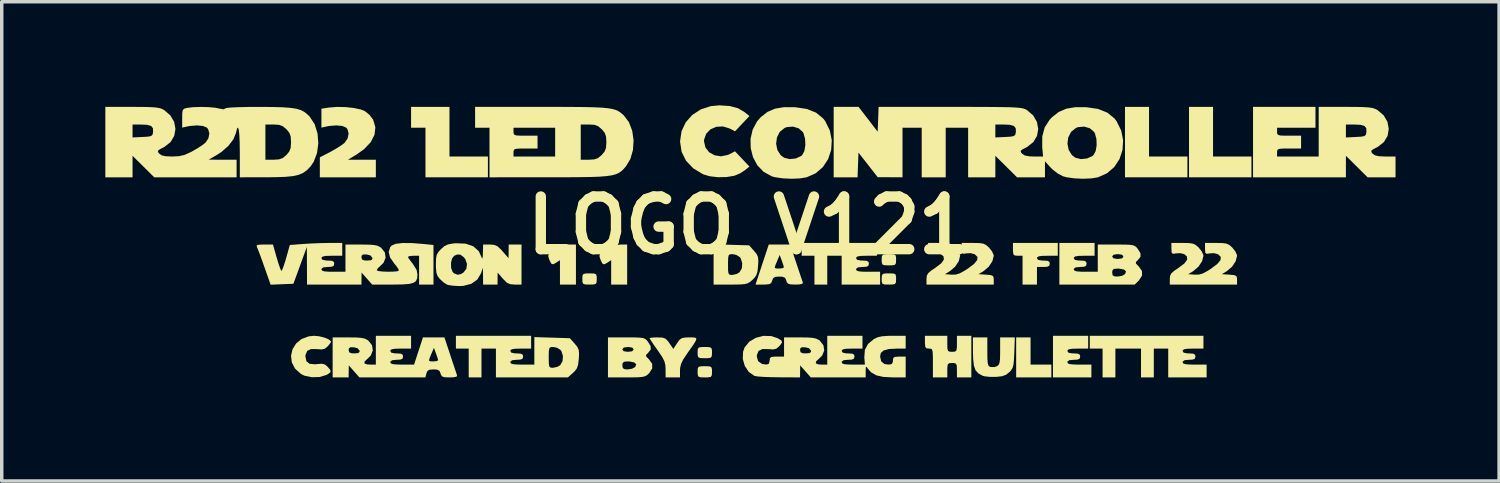
<source format=kicad_pcb>
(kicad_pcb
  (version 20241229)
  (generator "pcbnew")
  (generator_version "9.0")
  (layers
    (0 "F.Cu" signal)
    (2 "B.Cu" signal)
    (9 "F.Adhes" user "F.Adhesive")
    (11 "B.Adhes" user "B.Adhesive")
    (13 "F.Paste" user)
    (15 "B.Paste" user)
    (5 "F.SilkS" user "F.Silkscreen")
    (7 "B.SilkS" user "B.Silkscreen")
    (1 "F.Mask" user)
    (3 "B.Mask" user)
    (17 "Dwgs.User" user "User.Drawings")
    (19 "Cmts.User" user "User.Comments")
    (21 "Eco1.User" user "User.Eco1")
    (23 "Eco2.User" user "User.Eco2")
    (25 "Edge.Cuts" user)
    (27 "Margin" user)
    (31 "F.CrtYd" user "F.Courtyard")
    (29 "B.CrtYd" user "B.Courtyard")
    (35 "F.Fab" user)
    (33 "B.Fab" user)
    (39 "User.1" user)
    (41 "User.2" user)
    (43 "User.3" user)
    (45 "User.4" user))
  (footprint "LOGO V121"
    (layer "F.Cu")
    (at 18.633 3.475)
    (property "Reference" "LOGO V121" (at 0 0 0) (layer "F.SilkS") (effects (font (size 1.524 1.524) (thickness 0.3))))
    (attr board_only exclude_from_pos_files exclude_from_bom)
    (fp_poly (pts (xy 8.158 4.032) (xy 8.76 4.032) (xy 8.76 4.403) (xy 7.741 4.403) (xy 7.741 3.245) (xy 8.158 3.245)) (stroke (width 0) (type solid)) (fill yes) (layer "F.SilkS"))
    (fp_poly (pts (xy 11.588 -1.993) (xy 12.7 -1.993) (xy 12.7 -1.391) (xy 10.892 -1.391) (xy 10.892 -3.43) (xy 11.588 -3.43)) (stroke (width 0) (type solid)) (fill yes) (layer "F.SilkS"))
    (fp_poly (pts (xy 13.442 -1.993) (xy 14.554 -1.993) (xy 14.554 -1.391) (xy 12.746 -1.391) (xy 12.746 -3.43) (xy 13.442 -3.43)) (stroke (width 0) (type solid)) (fill yes) (layer "F.SilkS"))
    (fp_poly (pts (xy -8.668 -1.993) (xy -7.555 -1.993) (xy -7.555 -1.391) (xy -9.363 -1.391) (xy -9.363 -2.827) (xy -9.78 -2.827) (xy -9.78 -3.43) (xy -8.668 -3.43)) (stroke (width 0) (type solid)) (fill yes) (layer "F.SilkS"))
    (fp_poly (pts (xy -5.006 1.715) (xy -5.469 1.715) (xy -5.469 1.009) (xy -5.583 1.083) (xy -5.663 1.127) (xy -5.714 1.115) (xy -5.76 1.035) (xy -5.79 0.96) (xy -5.809 0.888) (xy -5.79 0.831) (xy -5.717 0.767) (xy -5.614 0.699) (xy -5.408 0.593) (xy -5.219 0.557) (xy -5.199 0.556) (xy -5.006 0.556)) (stroke (width 0) (type solid)) (fill yes) (layer "F.SilkS"))
    (fp_poly (pts (xy -4.484 1.394) (xy -4.423 1.417) (xy -4.405 1.481) (xy -4.403 1.553) (xy -4.408 1.652) (xy -4.438 1.7) (xy -4.519 1.714) (xy -4.612 1.715) (xy -4.74 1.712) (xy -4.801 1.688) (xy -4.819 1.625) (xy -4.82 1.553) (xy -4.816 1.453) (xy -4.786 1.406) (xy -4.705 1.392) (xy -4.612 1.391)) (stroke (width 0) (type solid)) (fill yes) (layer "F.SilkS"))
    (fp_poly (pts (xy -3.523 1.715) (xy -3.986 1.715) (xy -3.986 1.009) (xy -4.1 1.083) (xy -4.179 1.127) (xy -4.231 1.115) (xy -4.277 1.035) (xy -4.307 0.96) (xy -4.326 0.888) (xy -4.306 0.831) (xy -4.234 0.767) (xy -4.13 0.699) (xy -3.925 0.593) (xy -3.736 0.557) (xy -3.716 0.556) (xy -3.523 0.556)) (stroke (width 0) (type solid)) (fill yes) (layer "F.SilkS"))
    (fp_poly (pts (xy -1.146 3.526) (xy -1.086 3.55) (xy -1.067 3.613) (xy -1.066 3.685) (xy -1.071 3.785) (xy -1.101 3.832) (xy -1.182 3.846) (xy -1.275 3.847) (xy -1.403 3.844) (xy -1.463 3.82) (xy -1.482 3.757) (xy -1.483 3.685) (xy -1.479 3.585) (xy -1.449 3.538) (xy -1.367 3.524) (xy -1.275 3.523)) (stroke (width 0) (type solid)) (fill yes) (layer "F.SilkS"))
    (fp_poly (pts (xy -1.146 4.082) (xy -1.086 4.106) (xy -1.067 4.169) (xy -1.066 4.241) (xy -1.071 4.341) (xy -1.101 4.388) (xy -1.182 4.402) (xy -1.275 4.403) (xy -1.403 4.4) (xy -1.463 4.376) (xy -1.482 4.313) (xy -1.483 4.241) (xy -1.479 4.141) (xy -1.449 4.094) (xy -1.367 4.08) (xy -1.275 4.079)) (stroke (width 0) (type solid)) (fill yes) (layer "F.SilkS"))
    (fp_poly (pts (xy 4.184 0.838) (xy 4.245 0.861) (xy 4.263 0.924) (xy 4.264 0.997) (xy 4.26 1.096) (xy 4.23 1.143) (xy 4.148 1.158) (xy 4.056 1.159) (xy 3.927 1.155) (xy 3.867 1.132) (xy 3.848 1.069) (xy 3.847 0.997) (xy 3.852 0.897) (xy 3.882 0.85) (xy 3.963 0.835) (xy 4.056 0.834)) (stroke (width 0) (type solid)) (fill yes) (layer "F.SilkS"))
    (fp_poly (pts (xy 4.184 1.394) (xy 4.245 1.417) (xy 4.263 1.481) (xy 4.264 1.553) (xy 4.26 1.652) (xy 4.23 1.7) (xy 4.148 1.714) (xy 4.056 1.715) (xy 3.927 1.712) (xy 3.867 1.688) (xy 3.848 1.625) (xy 3.847 1.553) (xy 3.852 1.453) (xy 3.882 1.406) (xy 3.963 1.392) (xy 4.056 1.391)) (stroke (width 0) (type solid)) (fill yes) (layer "F.SilkS"))
    (fp_poly (pts (xy 8.946 0.881) (xy 8.644 0.881) (xy 8.475 0.885) (xy 8.381 0.902) (xy 8.345 0.934) (xy 8.343 0.95) (xy 8.374 0.999) (xy 8.475 1.018) (xy 8.528 1.02) (xy 8.65 1.027) (xy 8.703 1.059) (xy 8.714 1.112) (xy 8.698 1.173) (xy 8.635 1.2) (xy 8.528 1.205) (xy 8.343 1.205) (xy 8.343 1.715) (xy 7.926 1.715) (xy 7.926 0.881) (xy 7.787 0.881) (xy 7.698 0.873) (xy 7.658 0.834) (xy 7.648 0.735) (xy 7.648 0.695) (xy 7.648 0.51) (xy 8.946 0.51)) (stroke (width 0) (type solid)) (fill yes) (layer "F.SilkS"))
    (fp_poly (pts (xy 9.826 3.569) (xy 9.525 3.569) (xy 9.356 3.574) (xy 9.262 3.59) (xy 9.226 3.623) (xy 9.224 3.639) (xy 9.254 3.687) (xy 9.356 3.707) (xy 9.409 3.708) (xy 9.53 3.716) (xy 9.584 3.747) (xy 9.595 3.801) (xy 9.579 3.861) (xy 9.516 3.888) (xy 9.409 3.893) (xy 9.28 3.905) (xy 9.227 3.943) (xy 9.224 3.963) (xy 9.242 4) (xy 9.308 4.021) (xy 9.438 4.031) (xy 9.571 4.032) (xy 9.919 4.032) (xy 9.919 4.403) (xy 8.807 4.403) (xy 8.807 3.198) (xy 9.826 3.198)) (stroke (width 0) (type solid)) (fill yes) (layer "F.SilkS"))
    (fp_poly (pts (xy 3.708 0.881) (xy 3.407 0.881) (xy 3.238 0.885) (xy 3.144 0.902) (xy 3.108 0.934) (xy 3.105 0.95) (xy 3.136 0.999) (xy 3.238 1.018) (xy 3.291 1.02) (xy 3.412 1.027) (xy 3.466 1.059) (xy 3.476 1.112) (xy 3.461 1.173) (xy 3.398 1.2) (xy 3.291 1.205) (xy 3.162 1.217) (xy 3.109 1.255) (xy 3.105 1.275) (xy 3.124 1.311) (xy 3.189 1.333) (xy 3.32 1.343) (xy 3.453 1.344) (xy 3.801 1.344) (xy 3.801 1.715) (xy 2.688 1.715) (xy 2.688 0.881) (xy 2.271 0.881) (xy 2.271 1.715) (xy 1.9 1.715) (xy 1.9 0.881) (xy 1.53 0.881) (xy 1.53 0.51) (xy 3.708 0.51)) (stroke (width 0) (type solid)) (fill yes) (layer "F.SilkS"))
    (fp_poly (pts (xy -11.678 -3.424) (xy -11.435 -3.398) (xy -11.232 -3.354) (xy -11.118 -3.308) (xy -10.988 -3.203) (xy -10.884 -3.068) (xy -10.878 -3.058) (xy -10.814 -2.842) (xy -10.838 -2.624) (xy -10.948 -2.409) (xy -11.14 -2.206) (xy -11.358 -2.051) (xy -11.607 -1.9) (xy -10.8 -1.9) (xy -10.8 -1.391) (xy -12.422 -1.391) (xy -12.422 -1.68) (xy -12.422 -1.97) (xy -12.123 -2.124) (xy -11.955 -2.218) (xy -11.804 -2.314) (xy -11.706 -2.388) (xy -11.617 -2.516) (xy -11.588 -2.659) (xy -11.623 -2.786) (xy -11.662 -2.831) (xy -11.774 -2.878) (xy -11.945 -2.894) (xy -12.145 -2.878) (xy -12.225 -2.863) (xy -12.376 -2.83) (xy -12.376 -3.378) (xy -12.163 -3.41) (xy -11.93 -3.429)) (stroke (width 0) (type solid)) (fill yes) (layer "F.SilkS"))
    (fp_poly (pts (xy 6.906 3.659) (xy 6.908 3.858) (xy 6.917 3.984) (xy 6.936 4.055) (xy 6.969 4.09) (xy 6.997 4.101) (xy 7.11 4.104) (xy 7.183 4.08) (xy 7.229 4.045) (xy 7.257 3.987) (xy 7.272 3.886) (xy 7.277 3.721) (xy 7.277 3.637) (xy 7.277 3.245) (xy 7.703 3.245) (xy 7.687 3.684) (xy 7.677 3.893) (xy 7.663 4.032) (xy 7.638 4.124) (xy 7.597 4.193) (xy 7.546 4.249) (xy 7.45 4.326) (xy 7.336 4.368) (xy 7.17 4.387) (xy 7.152 4.388) (xy 6.982 4.388) (xy 6.833 4.372) (xy 6.767 4.354) (xy 6.646 4.288) (xy 6.565 4.197) (xy 6.517 4.062) (xy 6.495 3.866) (xy 6.49 3.673) (xy 6.489 3.245) (xy 6.906 3.245)) (stroke (width 0) (type solid)) (fill yes) (layer "F.SilkS"))
    (fp_poly (pts (xy -2.5 3.251) (xy -2.411 3.282) (xy -2.339 3.356) (xy -2.3 3.412) (xy -2.186 3.579) (xy -2.078 3.412) (xy -2.007 3.314) (xy -1.937 3.265) (xy -1.833 3.247) (xy -1.725 3.245) (xy -1.611 3.245) (xy -1.542 3.255) (xy -1.518 3.287) (xy -1.542 3.354) (xy -1.614 3.469) (xy -1.737 3.643) (xy -1.781 3.705) (xy -1.896 3.878) (xy -1.961 4.009) (xy -1.989 4.127) (xy -1.993 4.204) (xy -1.993 4.403) (xy -2.41 4.403) (xy -2.41 4.172) (xy -2.417 4.046) (xy -2.444 3.939) (xy -2.503 3.821) (xy -2.606 3.666) (xy -2.642 3.615) (xy -2.747 3.466) (xy -2.827 3.347) (xy -2.87 3.277) (xy -2.874 3.268) (xy -2.832 3.254) (xy -2.725 3.246) (xy -2.644 3.245)) (stroke (width 0) (type solid)) (fill yes) (layer "F.SilkS"))
    (fp_poly (pts (xy 5.747 3.43) (xy 5.75 3.567) (xy 5.769 3.636) (xy 5.818 3.659) (xy 5.886 3.662) (xy 5.969 3.657) (xy 6.01 3.625) (xy 6.024 3.544) (xy 6.026 3.43) (xy 6.026 3.198) (xy 6.443 3.198) (xy 6.443 4.403) (xy 6.026 4.403) (xy 6.026 4.195) (xy 6.022 4.066) (xy 5.998 4.006) (xy 5.939 3.987) (xy 5.886 3.986) (xy 5.801 3.992) (xy 5.76 4.027) (xy 5.748 4.116) (xy 5.747 4.195) (xy 5.747 4.403) (xy 5.33 4.403) (xy 5.33 3.986) (xy 5.329 3.789) (xy 5.323 3.666) (xy 5.307 3.6) (xy 5.276 3.574) (xy 5.225 3.569) (xy 5.214 3.569) (xy 5.14 3.559) (xy 5.107 3.511) (xy 5.099 3.4) (xy 5.099 3.384) (xy 5.099 3.198) (xy 5.747 3.198)) (stroke (width 0) (type solid)) (fill yes) (layer "F.SilkS"))
    (fp_poly (pts (xy 13.164 3.569) (xy 12.862 3.569) (xy 12.693 3.574) (xy 12.599 3.59) (xy 12.563 3.623) (xy 12.561 3.639) (xy 12.592 3.687) (xy 12.693 3.707) (xy 12.746 3.708) (xy 12.868 3.716) (xy 12.921 3.747) (xy 12.932 3.801) (xy 12.916 3.861) (xy 12.853 3.888) (xy 12.746 3.893) (xy 12.617 3.905) (xy 12.564 3.943) (xy 12.561 3.963) (xy 12.579 4) (xy 12.645 4.021) (xy 12.775 4.031) (xy 12.909 4.032) (xy 13.256 4.032) (xy 13.256 4.403) (xy 12.144 4.403) (xy 12.144 3.569) (xy 11.727 3.569) (xy 11.727 4.403) (xy 11.356 4.403) (xy 11.356 3.569) (xy 10.614 3.569) (xy 10.614 4.403) (xy 10.243 4.403) (xy 10.243 3.569) (xy 9.873 3.569) (xy 9.873 3.198) (xy 13.164 3.198)) (stroke (width 0) (type solid)) (fill yes) (layer "F.SilkS"))
    (fp_poly (pts (xy -12.439 3.213) (xy -12.291 3.25) (xy -12.169 3.3) (xy -12.103 3.353) (xy -12.097 3.37) (xy -12.126 3.422) (xy -12.195 3.505) (xy -12.197 3.506) (xy -12.277 3.573) (xy -12.37 3.594) (xy -12.497 3.584) (xy -12.678 3.582) (xy -12.789 3.637) (xy -12.837 3.754) (xy -12.839 3.801) (xy -12.81 3.936) (xy -12.718 4.009) (xy -12.559 4.024) (xy -12.497 4.017) (xy -12.358 4.007) (xy -12.268 4.033) (xy -12.197 4.095) (xy -12.118 4.189) (xy -12.112 4.25) (xy -12.184 4.306) (xy -12.234 4.333) (xy -12.43 4.392) (xy -12.656 4.398) (xy -12.869 4.353) (xy -12.968 4.304) (xy -13.139 4.15) (xy -13.233 3.969) (xy -13.256 3.777) (xy -13.213 3.589) (xy -13.11 3.422) (xy -12.952 3.292) (xy -12.744 3.214) (xy -12.588 3.198)) (stroke (width 0) (type solid)) (fill yes) (layer "F.SilkS"))
    (fp_poly (pts (xy -0.506 0.564) (xy 0.008 0.579) (xy 0.148 0.736) (xy 0.227 0.833) (xy 0.266 0.919) (xy 0.275 1.032) (xy 0.268 1.172) (xy 0.25 1.34) (xy 0.215 1.45) (xy 0.148 1.537) (xy 0.1 1.583) (xy 0.029 1.642) (xy -0.038 1.68) (xy -0.125 1.702) (xy -0.252 1.712) (xy -0.442 1.715) (xy -0.534 1.715) (xy -1.02 1.715) (xy -1.02 1.136) (xy -0.603 1.136) (xy -0.601 1.297) (xy -0.59 1.388) (xy -0.56 1.427) (xy -0.505 1.437) (xy -0.479 1.437) (xy -0.351 1.408) (xy -0.27 1.36) (xy -0.202 1.244) (xy -0.191 1.095) (xy -0.235 0.955) (xy -0.262 0.919) (xy -0.365 0.855) (xy -0.471 0.834) (xy -0.542 0.838) (xy -0.581 0.863) (xy -0.598 0.93) (xy -0.602 1.061) (xy -0.603 1.136) (xy -1.02 1.136) (xy -1.02 0.548)) (stroke (width 0) (type solid)) (fill yes) (layer "F.SilkS"))
    (fp_poly (pts (xy -0.553 -3.455) (xy -0.314 -3.391) (xy -0.121 -3.277) (xy -0.119 -3.275) (xy 0.018 -3.165) (xy -0.191 -2.944) (xy -0.4 -2.723) (xy -0.555 -2.804) (xy -0.752 -2.864) (xy -0.944 -2.853) (xy -1.111 -2.78) (xy -1.234 -2.654) (xy -1.295 -2.484) (xy -1.298 -2.433) (xy -1.257 -2.254) (xy -1.149 -2.116) (xy -0.991 -2.028) (xy -0.804 -1.999) (xy -0.607 -2.039) (xy -0.555 -2.063) (xy -0.4 -2.143) (xy -0.191 -1.923) (xy 0.018 -1.702) (xy -0.119 -1.592) (xy -0.26 -1.502) (xy -0.413 -1.438) (xy -0.417 -1.437) (xy -0.641 -1.399) (xy -0.893 -1.394) (xy -1.135 -1.422) (xy -1.321 -1.477) (xy -1.607 -1.649) (xy -1.817 -1.868) (xy -1.946 -2.128) (xy -1.991 -2.425) (xy -1.991 -2.433) (xy -1.948 -2.726) (xy -1.827 -2.983) (xy -1.637 -3.197) (xy -1.392 -3.357) (xy -1.1 -3.452) (xy -0.857 -3.475)) (stroke (width 0) (type solid)) (fill yes) (layer "F.SilkS"))
    (fp_poly (pts (xy 1.37 1.078) (xy 1.44 1.287) (xy 1.5 1.467) (xy 1.544 1.597) (xy 1.565 1.657) (xy 1.548 1.694) (xy 1.457 1.712) (xy 1.35 1.715) (xy 1.208 1.71) (xy 1.133 1.688) (xy 1.096 1.637) (xy 1.085 1.599) (xy 1.051 1.521) (xy 0.979 1.489) (xy 0.881 1.483) (xy 0.76 1.493) (xy 0.701 1.535) (xy 0.676 1.599) (xy 0.648 1.669) (xy 0.593 1.703) (xy 0.483 1.714) (xy 0.42 1.715) (xy 0.194 1.715) (xy 0.355 1.228) (xy 0.751 1.228) (xy 0.785 1.249) (xy 0.871 1.251) (xy 0.881 1.251) (xy 0.977 1.241) (xy 1.016 1.217) (xy 1.016 1.217) (xy 0.999 1.154) (xy 0.962 1.043) (xy 0.953 1.02) (xy 0.894 0.857) (xy 0.818 1.037) (xy 0.765 1.165) (xy 0.751 1.228) (xy 0.355 1.228) (xy 0.385 1.136) (xy 0.577 0.556) (xy 1.197 0.556)) (stroke (width 0) (type solid)) (fill yes) (layer "F.SilkS"))
    (fp_poly (pts (xy 1.335 -3.421) (xy 1.676 -3.371) (xy 1.947 -3.263) (xy 2.151 -3.096) (xy 2.212 -3.017) (xy 2.346 -2.746) (xy 2.402 -2.462) (xy 2.384 -2.181) (xy 2.297 -1.918) (xy 2.146 -1.689) (xy 1.937 -1.508) (xy 1.674 -1.391) (xy 1.674 -1.391) (xy 1.479 -1.359) (xy 1.236 -1.349) (xy 0.984 -1.361) (xy 0.762 -1.393) (xy 0.663 -1.42) (xy 0.429 -1.549) (xy 0.247 -1.738) (xy 0.121 -1.972) (xy 0.055 -2.234) (xy 0.052 -2.363) (xy 0.79 -2.363) (xy 0.826 -2.183) (xy 0.922 -2.032) (xy 1.021 -1.958) (xy 1.18 -1.918) (xy 1.359 -1.936) (xy 1.512 -2.006) (xy 1.544 -2.033) (xy 1.608 -2.151) (xy 1.637 -2.32) (xy 1.629 -2.502) (xy 1.585 -2.662) (xy 1.562 -2.704) (xy 1.442 -2.81) (xy 1.276 -2.859) (xy 1.099 -2.844) (xy 1.037 -2.82) (xy 0.896 -2.707) (xy 0.814 -2.546) (xy 0.79 -2.363) (xy 0.052 -2.363) (xy 0.05 -2.505) (xy 0.111 -2.771) (xy 0.24 -3.012) (xy 0.345 -3.132) (xy 0.539 -3.284) (xy 0.757 -3.378) (xy 1.02 -3.422)) (stroke (width 0) (type solid)) (fill yes) (layer "F.SilkS"))
    (fp_poly (pts (xy -3.32 3.245) (xy -3.165 3.251) (xy -3.065 3.263) (xy -3.002 3.288) (xy -2.956 3.328) (xy -2.923 3.367) (xy -2.843 3.496) (xy -2.841 3.598) (xy -2.916 3.692) (xy -2.918 3.694) (xy -2.975 3.75) (xy -2.973 3.796) (xy -2.907 3.865) (xy -2.895 3.876) (xy -2.799 4.008) (xy -2.797 4.142) (xy -2.886 4.281) (xy -2.895 4.29) (xy -2.949 4.339) (xy -3.009 4.371) (xy -3.093 4.39) (xy -3.221 4.4) (xy -3.412 4.403) (xy -3.544 4.403) (xy -4.079 4.403) (xy -4.079 4.056) (xy -3.662 4.056) (xy -3.649 4.135) (xy -3.592 4.167) (xy -3.505 4.172) (xy -3.38 4.151) (xy -3.29 4.101) (xy -3.288 4.098) (xy -3.261 4.022) (xy -3.319 3.969) (xy -3.454 3.942) (xy -3.511 3.94) (xy -3.616 3.95) (xy -3.656 3.995) (xy -3.662 4.056) (xy -4.079 4.056) (xy -4.079 3.592) (xy -3.662 3.592) (xy -3.627 3.644) (xy -3.514 3.662) (xy -3.499 3.662) (xy -3.379 3.647) (xy -3.338 3.598) (xy -3.337 3.592) (xy -3.372 3.541) (xy -3.485 3.523) (xy -3.499 3.523) (xy -3.619 3.538) (xy -3.661 3.586) (xy -3.662 3.592) (xy -4.079 3.592) (xy -4.079 3.245) (xy -3.549 3.245)) (stroke (width 0) (type solid)) (fill yes) (layer "F.SilkS"))
    (fp_poly (pts (xy 16.408 -2.827) (xy 15.296 -2.827) (xy 15.296 -2.711) (xy 15.3 -2.653) (xy 15.326 -2.618) (xy 15.393 -2.601) (xy 15.521 -2.596) (xy 15.643 -2.596) (xy 15.991 -2.596) (xy 15.991 -2.225) (xy 15.643 -2.225) (xy 15.466 -2.223) (xy 15.363 -2.215) (xy 15.313 -2.192) (xy 15.297 -2.15) (xy 15.296 -2.109) (xy 15.296 -1.993) (xy 16.501 -1.993) (xy 16.501 -2.92) (xy 17.289 -2.92) (xy 17.289 -2.545) (xy 17.578 -2.559) (xy 17.737 -2.568) (xy 17.825 -2.586) (xy 17.866 -2.623) (xy 17.881 -2.689) (xy 17.883 -2.706) (xy 17.879 -2.813) (xy 17.826 -2.878) (xy 17.71 -2.911) (xy 17.532 -2.919) (xy 17.289 -2.92) (xy 16.501 -2.92) (xy 16.501 -3.43) (xy 17.277 -3.43) (xy 17.569 -3.429) (xy 17.785 -3.424) (xy 17.939 -3.415) (xy 18.048 -3.4) (xy 18.127 -3.377) (xy 18.193 -3.345) (xy 18.202 -3.339) (xy 18.384 -3.184) (xy 18.493 -2.995) (xy 18.53 -2.791) (xy 18.496 -2.591) (xy 18.389 -2.411) (xy 18.211 -2.271) (xy 18.186 -2.258) (xy 18.068 -2.197) (xy 18.022 -2.155) (xy 18.033 -2.111) (xy 18.061 -2.077) (xy 18.133 -2.027) (xy 18.248 -2.001) (xy 18.431 -1.993) (xy 18.726 -1.993) (xy 18.726 -1.391) (xy 17.917 -1.391) (xy 17.289 -2.014) (xy 17.289 -1.391) (xy 14.6 -1.391) (xy 14.6 -3.43) (xy 16.408 -3.43)) (stroke (width 0) (type solid)) (fill yes) (layer "F.SilkS"))
    (fp_poly (pts (xy -6.304 3.569) (xy -6.605 3.569) (xy -6.774 3.574) (xy -6.868 3.59) (xy -6.904 3.623) (xy -6.906 3.639) (xy -6.876 3.687) (xy -6.774 3.707) (xy -6.721 3.708) (xy -6.6 3.716) (xy -6.546 3.747) (xy -6.535 3.801) (xy -6.551 3.861) (xy -6.614 3.888) (xy -6.721 3.893) (xy -6.85 3.905) (xy -6.903 3.943) (xy -6.906 3.963) (xy -6.888 4) (xy -6.822 4.021) (xy -6.692 4.031) (xy -6.559 4.032) (xy -6.211 4.032) (xy -6.211 3.824) (xy -5.794 3.824) (xy -5.792 3.986) (xy -5.781 4.076) (xy -5.752 4.115) (xy -5.696 4.125) (xy -5.67 4.125) (xy -5.542 4.097) (xy -5.461 4.048) (xy -5.394 3.932) (xy -5.382 3.783) (xy -5.427 3.644) (xy -5.453 3.607) (xy -5.556 3.544) (xy -5.662 3.523) (xy -5.733 3.526) (xy -5.772 3.551) (xy -5.789 3.619) (xy -5.794 3.749) (xy -5.794 3.824) (xy -6.211 3.824) (xy -6.211 3.236) (xy -5.697 3.252) (xy -5.183 3.268) (xy -5.043 3.425) (xy -4.965 3.521) (xy -4.925 3.608) (xy -4.916 3.72) (xy -4.923 3.86) (xy -4.942 4.028) (xy -4.977 4.138) (xy -5.043 4.225) (xy -5.091 4.271) (xy -5.239 4.403) (xy -7.323 4.403) (xy -7.323 3.569) (xy -7.741 3.569) (xy -7.741 4.403) (xy -8.111 4.403) (xy -8.111 3.569) (xy -8.482 3.569) (xy -8.482 3.198) (xy -6.304 3.198)) (stroke (width 0) (type solid)) (fill yes) (layer "F.SilkS"))
    (fp_poly (pts (xy 5.697 0.513) (xy 5.812 0.529) (xy 5.893 0.567) (xy 5.972 0.635) (xy 5.983 0.645) (xy 6.069 0.755) (xy 6.116 0.86) (xy 6.118 0.882) (xy 6.078 1.04) (xy 5.973 1.198) (xy 5.824 1.325) (xy 5.822 1.326) (xy 5.678 1.414) (xy 5.868 1.428) (xy 5.987 1.426) (xy 6.099 1.394) (xy 6.235 1.321) (xy 6.343 1.252) (xy 6.522 1.117) (xy 6.614 1.005) (xy 6.62 0.914) (xy 6.543 0.838) (xy 6.533 0.833) (xy 6.418 0.805) (xy 6.301 0.812) (xy 6.21 0.825) (xy 6.173 0.795) (xy 6.165 0.699) (xy 6.165 0.676) (xy 6.165 0.51) (xy 6.493 0.51) (xy 6.67 0.513) (xy 6.785 0.529) (xy 6.867 0.567) (xy 6.945 0.635) (xy 6.956 0.645) (xy 7.043 0.755) (xy 7.089 0.86) (xy 7.092 0.882) (xy 7.052 1.04) (xy 6.947 1.198) (xy 6.798 1.325) (xy 6.796 1.326) (xy 6.651 1.414) (xy 6.871 1.428) (xy 7.004 1.44) (xy 7.069 1.467) (xy 7.09 1.524) (xy 7.092 1.578) (xy 7.092 1.715) (xy 5.145 1.715) (xy 5.145 1.554) (xy 5.153 1.461) (xy 5.19 1.389) (xy 5.274 1.315) (xy 5.4 1.23) (xy 5.57 1.101) (xy 5.649 0.99) (xy 5.637 0.897) (xy 5.559 0.833) (xy 5.444 0.805) (xy 5.328 0.812) (xy 5.237 0.825) (xy 5.199 0.795) (xy 5.191 0.699) (xy 5.191 0.676) (xy 5.191 0.51) (xy 5.519 0.51)) (stroke (width 0) (type solid)) (fill yes) (layer "F.SilkS"))
    (fp_poly (pts (xy 12.742 0.513) (xy 12.857 0.529) (xy 12.939 0.567) (xy 13.017 0.635) (xy 13.028 0.645) (xy 13.115 0.755) (xy 13.161 0.86) (xy 13.164 0.882) (xy 13.124 1.04) (xy 13.019 1.198) (xy 12.87 1.325) (xy 12.868 1.326) (xy 12.723 1.414) (xy 12.913 1.428) (xy 13.032 1.426) (xy 13.144 1.394) (xy 13.281 1.321) (xy 13.388 1.252) (xy 13.567 1.117) (xy 13.659 1.005) (xy 13.666 0.914) (xy 13.588 0.838) (xy 13.578 0.833) (xy 13.463 0.805) (xy 13.346 0.812) (xy 13.256 0.825) (xy 13.218 0.795) (xy 13.21 0.699) (xy 13.21 0.676) (xy 13.21 0.51) (xy 13.538 0.51) (xy 13.715 0.513) (xy 13.83 0.529) (xy 13.912 0.567) (xy 13.991 0.635) (xy 14.001 0.645) (xy 14.088 0.755) (xy 14.134 0.86) (xy 14.137 0.882) (xy 14.097 1.04) (xy 13.992 1.198) (xy 13.843 1.325) (xy 13.841 1.326) (xy 13.697 1.414) (xy 13.917 1.428) (xy 14.05 1.44) (xy 14.114 1.467) (xy 14.135 1.524) (xy 14.137 1.578) (xy 14.137 1.715) (xy 12.19 1.715) (xy 12.19 1.554) (xy 12.198 1.461) (xy 12.235 1.389) (xy 12.319 1.315) (xy 12.445 1.23) (xy 12.615 1.101) (xy 12.694 0.99) (xy 12.683 0.897) (xy 12.605 0.833) (xy 12.49 0.805) (xy 12.373 0.812) (xy 12.282 0.825) (xy 12.245 0.795) (xy 12.237 0.699) (xy 12.236 0.676) (xy 12.236 0.51) (xy 12.565 0.51)) (stroke (width 0) (type solid)) (fill yes) (layer "F.SilkS"))
    (fp_poly (pts (xy -8.201 0.53) (xy -7.978 0.607) (xy -7.819 0.749) (xy -7.728 0.95) (xy -7.715 0.961) (xy -7.704 0.895) (xy -7.7 0.8) (xy -7.694 0.556) (xy -7.498 0.556) (xy -7.375 0.565) (xy -7.282 0.604) (xy -7.185 0.692) (xy -7.13 0.753) (xy -6.957 0.95) (xy -6.955 0.753) (xy -6.953 0.556) (xy -6.582 0.556) (xy -6.582 1.715) (xy -6.779 1.715) (xy -6.911 1.704) (xy -7.008 1.659) (xy -7.11 1.558) (xy -7.125 1.541) (xy -7.274 1.367) (xy -7.275 1.541) (xy -7.277 1.715) (xy -7.694 1.715) (xy -7.699 1.228) (xy -7.755 1.389) (xy -7.863 1.571) (xy -8.039 1.694) (xy -8.273 1.754) (xy -8.385 1.758) (xy -8.547 1.75) (xy -8.683 1.732) (xy -8.737 1.717) (xy -8.832 1.657) (xy -8.937 1.563) (xy -8.946 1.554) (xy -9.012 1.468) (xy -9.047 1.372) (xy -9.06 1.231) (xy -9.061 1.133) (xy -9.06 1.091) (xy -8.624 1.091) (xy -8.62 1.232) (xy -8.58 1.346) (xy -8.54 1.387) (xy -8.432 1.431) (xy -8.336 1.411) (xy -8.261 1.365) (xy -8.178 1.256) (xy -8.161 1.116) (xy -8.211 0.976) (xy -8.25 0.927) (xy -8.351 0.849) (xy -8.446 0.845) (xy -8.532 0.882) (xy -8.595 0.962) (xy -8.624 1.091) (xy -9.06 1.091) (xy -9.057 0.964) (xy -9.037 0.855) (xy -8.989 0.77) (xy -8.913 0.688) (xy -8.812 0.6) (xy -8.706 0.551) (xy -8.561 0.525) (xy -8.484 0.519)) (stroke (width 0) (type solid)) (fill yes) (layer "F.SilkS"))
    (fp_poly (pts (xy -5.503 -3.43) (xy -5.089 -3.428) (xy -4.749 -3.425) (xy -4.476 -3.418) (xy -4.259 -3.408) (xy -4.09 -3.392) (xy -3.96 -3.371) (xy -3.86 -3.344) (xy -3.781 -3.308) (xy -3.714 -3.264) (xy -3.65 -3.211) (xy -3.621 -3.184) (xy -3.472 -2.988) (xy -3.377 -2.74) (xy -3.337 -2.463) (xy -3.355 -2.183) (xy -3.43 -1.921) (xy -3.557 -1.71) (xy -3.625 -1.632) (xy -3.691 -1.569) (xy -3.765 -1.518) (xy -3.856 -1.477) (xy -3.974 -1.447) (xy -4.129 -1.425) (xy -4.329 -1.409) (xy -4.584 -1.4) (xy -4.903 -1.395) (xy -5.296 -1.392) (xy -5.772 -1.392) (xy -5.782 -1.392) (xy -7.509 -1.391) (xy -7.509 -1.9) (xy -4.867 -1.9) (xy -4.631 -1.9) (xy -4.474 -1.91) (xy -4.365 -1.949) (xy -4.264 -2.033) (xy -4.261 -2.036) (xy -4.176 -2.136) (xy -4.136 -2.242) (xy -4.125 -2.395) (xy -4.125 -2.41) (xy -4.134 -2.568) (xy -4.172 -2.677) (xy -4.252 -2.776) (xy -4.261 -2.785) (xy -4.363 -2.87) (xy -4.47 -2.91) (xy -4.626 -2.92) (xy -4.631 -2.92) (xy -4.867 -2.92) (xy -4.867 -1.9) (xy -7.509 -1.9) (xy -7.509 -1.993) (xy -6.814 -1.993) (xy -5.608 -1.993) (xy -5.608 -2.827) (xy -6.814 -2.827) (xy -6.814 -2.711) (xy -6.809 -2.653) (xy -6.783 -2.618) (xy -6.716 -2.601) (xy -6.588 -2.596) (xy -6.466 -2.596) (xy -6.118 -2.596) (xy -6.118 -2.225) (xy -6.466 -2.225) (xy -6.643 -2.223) (xy -6.746 -2.215) (xy -6.796 -2.192) (xy -6.812 -2.15) (xy -6.814 -2.109) (xy -6.814 -1.993) (xy -7.509 -1.993) (xy -7.509 -2.827) (xy -7.926 -2.827) (xy -7.926 -3.43) (xy -6.001 -3.43)) (stroke (width 0) (type solid)) (fill yes) (layer "F.SilkS"))
    (fp_poly (pts (xy 10.012 0.881) (xy 9.71 0.881) (xy 9.541 0.885) (xy 9.447 0.902) (xy 9.411 0.934) (xy 9.409 0.95) (xy 9.44 0.999) (xy 9.541 1.018) (xy 9.595 1.02) (xy 9.716 1.027) (xy 9.769 1.059) (xy 9.78 1.112) (xy 9.764 1.173) (xy 9.702 1.2) (xy 9.595 1.205) (xy 9.466 1.217) (xy 9.412 1.255) (xy 9.409 1.275) (xy 9.427 1.311) (xy 9.493 1.333) (xy 9.623 1.343) (xy 9.757 1.344) (xy 10.104 1.344) (xy 10.104 0.904) (xy 10.522 0.904) (xy 10.557 0.955) (xy 10.669 0.973) (xy 10.684 0.973) (xy 10.804 0.958) (xy 10.846 0.91) (xy 10.846 0.904) (xy 10.811 0.852) (xy 10.699 0.834) (xy 10.684 0.834) (xy 10.564 0.849) (xy 10.522 0.897) (xy 10.522 0.904) (xy 10.104 0.904) (xy 10.104 0.556) (xy 10.634 0.556) (xy 10.863 0.557) (xy 11.018 0.562) (xy 11.118 0.575) (xy 11.181 0.6) (xy 11.228 0.639) (xy 11.26 0.678) (xy 11.34 0.808) (xy 11.342 0.909) (xy 11.268 1.004) (xy 11.265 1.005) (xy 11.208 1.062) (xy 11.21 1.107) (xy 11.276 1.176) (xy 11.289 1.188) (xy 11.384 1.32) (xy 11.387 1.454) (xy 11.297 1.593) (xy 11.288 1.601) (xy 11.175 1.715) (xy 8.992 1.715) (xy 8.992 1.367) (xy 10.522 1.367) (xy 10.534 1.447) (xy 10.591 1.478) (xy 10.678 1.483) (xy 10.804 1.463) (xy 10.893 1.413) (xy 10.895 1.41) (xy 10.922 1.334) (xy 10.865 1.28) (xy 10.73 1.254) (xy 10.672 1.252) (xy 10.568 1.262) (xy 10.527 1.307) (xy 10.522 1.367) (xy 8.992 1.367) (xy 8.992 0.51) (xy 10.012 0.51)) (stroke (width 0) (type solid)) (fill yes) (layer "F.SilkS"))
    (fp_poly (pts (xy -9.78 3.569) (xy -10.081 3.569) (xy -10.25 3.574) (xy -10.344 3.59) (xy -10.38 3.623) (xy -10.382 3.639) (xy -10.352 3.687) (xy -10.25 3.707) (xy -10.197 3.708) (xy -10.076 3.716) (xy -10.022 3.747) (xy -10.012 3.801) (xy -10.027 3.861) (xy -10.09 3.888) (xy -10.197 3.893) (xy -10.326 3.905) (xy -10.379 3.943) (xy -10.382 3.963) (xy -10.364 4) (xy -10.298 4.021) (xy -10.167 4.031) (xy -10.038 4.032) (xy -9.693 4.032) (xy -9.655 3.916) (xy -9.26 3.916) (xy -9.227 3.938) (xy -9.141 3.94) (xy -9.131 3.94) (xy -9.035 3.93) (xy -8.995 3.906) (xy -8.995 3.905) (xy -9.013 3.842) (xy -9.05 3.732) (xy -9.059 3.708) (xy -9.118 3.546) (xy -9.194 3.725) (xy -9.247 3.853) (xy -9.26 3.916) (xy -9.655 3.916) (xy -9.565 3.639) (xy -9.436 3.245) (xy -8.814 3.245) (xy -8.641 3.766) (xy -8.572 3.975) (xy -8.512 4.155) (xy -8.468 4.285) (xy -8.447 4.345) (xy -8.464 4.382) (xy -8.555 4.4) (xy -8.662 4.403) (xy -8.803 4.399) (xy -8.879 4.377) (xy -8.915 4.326) (xy -8.927 4.287) (xy -8.961 4.21) (xy -9.032 4.177) (xy -9.131 4.172) (xy -9.251 4.181) (xy -9.311 4.223) (xy -9.335 4.287) (xy -9.365 4.403) (xy -11.276 4.403) (xy -11.43 4.229) (xy -11.584 4.056) (xy -11.586 4.229) (xy -11.588 4.403) (xy -12.051 4.403) (xy -12.051 3.612) (xy -11.588 3.612) (xy -11.571 3.678) (xy -11.504 3.704) (xy -11.422 3.708) (xy -11.311 3.699) (xy -11.271 3.664) (xy -11.272 3.627) (xy -11.33 3.558) (xy -11.437 3.531) (xy -11.542 3.531) (xy -11.583 3.567) (xy -11.588 3.612) (xy -12.051 3.612) (xy -12.051 3.245) (xy -11.594 3.245) (xy -11.374 3.247) (xy -11.224 3.258) (xy -11.123 3.279) (xy -11.048 3.316) (xy -11.014 3.341) (xy -10.911 3.472) (xy -10.888 3.623) (xy -10.946 3.769) (xy -11.03 3.853) (xy -11.124 3.94) (xy -11.131 3.998) (xy -11.05 4.028) (xy -10.959 4.032) (xy -10.8 4.032) (xy -10.8 3.198) (xy -9.78 3.198)) (stroke (width 0) (type solid)) (fill yes) (layer "F.SilkS"))
    (fp_poly (pts (xy 3.455 -3.071) (xy 3.731 -2.711) (xy 3.739 -2.92) (xy 7.138 -2.92) (xy 7.138 -2.545) (xy 7.428 -2.559) (xy 7.586 -2.568) (xy 7.674 -2.586) (xy 7.715 -2.623) (xy 7.731 -2.689) (xy 7.733 -2.706) (xy 7.728 -2.813) (xy 7.675 -2.878) (xy 7.559 -2.911) (xy 7.381 -2.919) (xy 7.138 -2.92) (xy 3.739 -2.92) (xy 3.745 -3.071) (xy 3.758 -3.43) (xy 5.831 -3.43) (xy 6.324 -3.43) (xy 6.734 -3.429) (xy 7.068 -3.427) (xy 7.335 -3.424) (xy 7.543 -3.42) (xy 7.702 -3.413) (xy 7.82 -3.404) (xy 7.905 -3.393) (xy 7.966 -3.378) (xy 8.012 -3.361) (xy 8.051 -3.339) (xy 8.233 -3.184) (xy 8.342 -2.995) (xy 8.38 -2.791) (xy 8.345 -2.591) (xy 8.239 -2.411) (xy 8.061 -2.271) (xy 8.035 -2.258) (xy 7.918 -2.197) (xy 7.871 -2.155) (xy 7.882 -2.111) (xy 7.911 -2.077) (xy 7.99 -2.023) (xy 8.12 -1.998) (xy 8.253 -1.993) (xy 8.52 -1.993) (xy 8.496 -2.26) (xy 8.496 -2.363) (xy 9.226 -2.363) (xy 9.262 -2.183) (xy 9.357 -2.032) (xy 9.456 -1.958) (xy 9.616 -1.918) (xy 9.794 -1.936) (xy 9.948 -2.006) (xy 9.979 -2.033) (xy 10.043 -2.151) (xy 10.072 -2.32) (xy 10.065 -2.502) (xy 10.021 -2.662) (xy 9.998 -2.704) (xy 9.877 -2.81) (xy 9.712 -2.859) (xy 9.535 -2.844) (xy 9.472 -2.82) (xy 9.332 -2.707) (xy 9.249 -2.546) (xy 9.226 -2.363) (xy 8.496 -2.363) (xy 8.497 -2.574) (xy 8.567 -2.836) (xy 8.711 -3.059) (xy 8.78 -3.132) (xy 8.975 -3.284) (xy 9.194 -3.378) (xy 9.456 -3.422) (xy 9.771 -3.421) (xy 10.112 -3.371) (xy 10.383 -3.263) (xy 10.587 -3.096) (xy 10.647 -3.017) (xy 10.782 -2.746) (xy 10.838 -2.462) (xy 10.82 -2.181) (xy 10.733 -1.918) (xy 10.582 -1.689) (xy 10.373 -1.508) (xy 10.11 -1.391) (xy 10.11 -1.391) (xy 9.915 -1.359) (xy 9.672 -1.349) (xy 9.42 -1.361) (xy 9.198 -1.393) (xy 9.099 -1.42) (xy 8.949 -1.498) (xy 8.796 -1.616) (xy 8.74 -1.672) (xy 8.575 -1.854) (xy 8.575 -1.391) (xy 7.766 -1.391) (xy 7.138 -2.014) (xy 7.138 -1.391) (xy 6.35 -1.391) (xy 6.35 -2.827) (xy 5.701 -2.827) (xy 5.701 -1.391) (xy 5.006 -1.391) (xy 5.006 -2.827) (xy 4.45 -2.827) (xy 4.45 -1.391) (xy 4.09 -1.393) (xy 3.731 -1.395) (xy 3.175 -2.106) (xy 3.161 -1.748) (xy 3.148 -1.391) (xy 2.457 -1.391) (xy 2.457 -3.43) (xy 3.178 -3.43)) (stroke (width 0) (type solid)) (fill yes) (layer "F.SilkS"))
    (fp_poly (pts (xy -11.773 0.881) (xy -12.074 0.881) (xy -12.243 0.885) (xy -12.337 0.902) (xy -12.373 0.934) (xy -12.376 0.95) (xy -12.345 0.999) (xy -12.243 1.018) (xy -12.19 1.02) (xy -12.069 1.027) (xy -12.015 1.059) (xy -12.005 1.112) (xy -12.02 1.173) (xy -12.083 1.2) (xy -12.19 1.205) (xy -12.319 1.217) (xy -12.372 1.255) (xy -12.376 1.275) (xy -12.357 1.311) (xy -12.292 1.333) (xy -12.161 1.343) (xy -12.028 1.344) (xy -11.68 1.344) (xy -11.68 0.924) (xy -11.217 0.924) (xy -11.2 0.989) (xy -11.133 1.016) (xy -11.051 1.02) (xy -10.94 1.011) (xy -10.9 0.976) (xy -10.901 0.939) (xy -10.959 0.87) (xy -11.067 0.843) (xy -11.171 0.843) (xy -11.212 0.879) (xy -11.217 0.924) (xy -11.68 0.924) (xy -11.68 0.556) (xy -11.223 0.556) (xy -11.003 0.559) (xy -10.854 0.569) (xy -10.752 0.591) (xy -10.677 0.628) (xy -10.644 0.652) (xy -10.54 0.784) (xy -10.517 0.935) (xy -10.575 1.081) (xy -10.659 1.165) (xy -10.742 1.24) (xy -10.774 1.297) (xy -10.772 1.305) (xy -10.717 1.325) (xy -10.6 1.338) (xy -10.452 1.343) (xy -10.305 1.341) (xy -10.188 1.331) (xy -10.136 1.314) (xy -10.147 1.266) (xy -10.208 1.176) (xy -10.267 1.105) (xy -10.388 0.931) (xy -10.428 0.77) (xy -10.385 0.633) (xy -10.344 0.587) (xy -10.231 0.536) (xy -10.033 0.512) (xy -9.757 0.513) (xy -9.416 0.54) (xy -9.131 0.569) (xy -9.131 1.715) (xy -9.548 1.715) (xy -9.548 0.881) (xy -9.71 0.881) (xy -9.817 0.889) (xy -9.87 0.911) (xy -9.871 0.915) (xy -9.842 0.969) (xy -9.771 1.063) (xy -9.732 1.111) (xy -9.62 1.29) (xy -9.595 1.42) (xy -9.603 1.532) (xy -9.637 1.612) (xy -9.709 1.664) (xy -9.833 1.696) (xy -10.021 1.711) (xy -10.288 1.715) (xy -10.323 1.715) (xy -10.906 1.715) (xy -11.059 1.541) (xy -11.213 1.367) (xy -11.215 1.541) (xy -11.217 1.715) (xy -12.793 1.715) (xy -12.795 1.17) (xy -12.798 0.626) (xy -13.187 1.692) (xy -13.517 1.705) (xy -13.847 1.719) (xy -14.023 1.219) (xy -14.097 1.011) (xy -14.163 0.83) (xy -14.214 0.697) (xy -14.239 0.637) (xy -14.252 0.591) (xy -14.22 0.566) (xy -14.124 0.557) (xy -14.029 0.556) (xy -13.779 0.556) (xy -13.673 0.929) (xy -13.621 1.101) (xy -13.575 1.236) (xy -13.543 1.312) (xy -13.537 1.319) (xy -13.512 1.287) (xy -13.471 1.184) (xy -13.421 1.029) (xy -13.399 0.954) (xy -13.291 0.569) (xy -12.914 0.54) (xy -12.668 0.525) (xy -12.391 0.514) (xy -12.155 0.51) (xy -11.773 0.51)) (stroke (width 0) (type solid)) (fill yes) (layer "F.SilkS"))
    (fp_poly (pts (xy 3.291 3.569) (xy 2.99 3.569) (xy 2.821 3.574) (xy 2.727 3.59) (xy 2.691 3.623) (xy 2.688 3.639) (xy 2.719 3.687) (xy 2.82 3.707) (xy 2.874 3.708) (xy 2.995 3.716) (xy 3.049 3.747) (xy 3.059 3.801) (xy 3.044 3.861) (xy 2.981 3.888) (xy 2.874 3.893) (xy 2.745 3.905) (xy 2.692 3.943) (xy 2.688 3.963) (xy 2.707 4) (xy 2.774 4.022) (xy 2.907 4.031) (xy 3.025 4.032) (xy 3.361 4.032) (xy 3.344 3.823) (xy 3.36 3.607) (xy 3.45 3.436) (xy 3.624 3.292) (xy 3.629 3.289) (xy 3.736 3.239) (xy 3.87 3.211) (xy 4.059 3.199) (xy 4.16 3.198) (xy 4.542 3.198) (xy 4.542 3.569) (xy 4.29 3.569) (xy 4.058 3.581) (xy 3.905 3.622) (xy 3.823 3.694) (xy 3.801 3.79) (xy 3.831 3.936) (xy 3.926 4.015) (xy 4.042 4.032) (xy 4.137 4.018) (xy 4.17 3.957) (xy 4.172 3.917) (xy 4.182 3.842) (xy 4.229 3.809) (xy 4.341 3.801) (xy 4.357 3.801) (xy 4.542 3.801) (xy 4.542 4.403) (xy 4.169 4.403) (xy 3.894 4.389) (xy 3.692 4.343) (xy 3.545 4.26) (xy 3.456 4.161) (xy 3.409 4.099) (xy 3.388 4.105) (xy 3.384 4.188) (xy 3.384 4.231) (xy 3.384 4.403) (xy 1.794 4.403) (xy 1.641 4.229) (xy 1.487 4.056) (xy 1.485 4.229) (xy 1.483 4.403) (xy 0.869 4.4) (xy 0.632 4.396) (xy 0.423 4.388) (xy 0.262 4.376) (xy 0.169 4.361) (xy 0.162 4.359) (xy -0.001 4.245) (xy -0.116 4.073) (xy -0.175 3.87) (xy -0.167 3.661) (xy -0.122 3.535) (xy 0.011 3.371) (xy 0.202 3.257) (xy 0.424 3.2) (xy 0.654 3.207) (xy 0.837 3.269) (xy 0.94 3.331) (xy 0.964 3.386) (xy 0.913 3.464) (xy 0.874 3.506) (xy 0.794 3.573) (xy 0.701 3.594) (xy 0.574 3.584) (xy 0.393 3.582) (xy 0.282 3.637) (xy 0.235 3.753) (xy 0.232 3.805) (xy 0.271 3.935) (xy 0.382 4.013) (xy 0.507 4.032) (xy 0.581 4.007) (xy 0.603 3.917) (xy 0.611 3.845) (xy 0.654 3.811) (xy 0.755 3.801) (xy 0.811 3.801) (xy 1.02 3.801) (xy 1.02 3.612) (xy 1.483 3.612) (xy 1.5 3.678) (xy 1.567 3.704) (xy 1.649 3.708) (xy 1.76 3.699) (xy 1.8 3.664) (xy 1.799 3.627) (xy 1.741 3.558) (xy 1.633 3.531) (xy 1.529 3.531) (xy 1.488 3.567) (xy 1.483 3.612) (xy 1.02 3.612) (xy 1.02 3.245) (xy 1.477 3.245) (xy 1.697 3.247) (xy 1.846 3.258) (xy 1.948 3.279) (xy 2.023 3.316) (xy 2.056 3.341) (xy 2.16 3.472) (xy 2.183 3.623) (xy 2.125 3.769) (xy 2.041 3.853) (xy 1.947 3.94) (xy 1.94 3.998) (xy 2.021 4.028) (xy 2.112 4.032) (xy 2.271 4.032) (xy 2.271 3.198) (xy 3.291 3.198)) (stroke (width 0) (type solid)) (fill yes) (layer "F.SilkS"))
    (fp_poly (pts (xy -17.856 -3.43) (xy -17.564 -3.429) (xy -17.349 -3.424) (xy -17.194 -3.415) (xy -17.086 -3.4) (xy -17.006 -3.377) (xy -16.941 -3.345) (xy -16.932 -3.339) (xy -16.75 -3.184) (xy -16.64 -2.995) (xy -16.603 -2.791) (xy -16.638 -2.591) (xy -16.744 -2.411) (xy -16.922 -2.271) (xy -16.947 -2.258) (xy -17.065 -2.197) (xy -17.112 -2.155) (xy -17.101 -2.111) (xy -17.072 -2.077) (xy -17.002 -2.027) (xy -16.889 -2.001) (xy -16.709 -1.993) (xy -16.697 -1.993) (xy -16.499 -2.003) (xy -16.338 -2.04) (xy -16.162 -2.119) (xy -16.124 -2.139) (xy -15.962 -2.232) (xy -15.817 -2.327) (xy -15.735 -2.392) (xy -15.649 -2.518) (xy -15.621 -2.661) (xy -15.656 -2.787) (xy -15.694 -2.831) (xy -15.807 -2.878) (xy -15.978 -2.894) (xy -16.178 -2.878) (xy -16.257 -2.863) (xy -16.408 -2.83) (xy -16.408 -3.101) (xy -16.406 -3.253) (xy -16.391 -3.337) (xy -16.351 -3.377) (xy -16.275 -3.399) (xy -16.263 -3.401) (xy -16.087 -3.422) (xy -15.867 -3.429) (xy -15.64 -3.423) (xy -15.442 -3.404) (xy -15.342 -3.383) (xy -15.214 -3.36) (xy -15.164 -3.383) (xy -15.113 -3.4) (xy -14.975 -3.413) (xy -14.758 -3.422) (xy -14.466 -3.428) (xy -14.168 -3.429) (xy -13.795 -3.427) (xy -13.502 -3.419) (xy -13.275 -3.402) (xy -13.102 -3.376) (xy -12.969 -3.336) (xy -12.864 -3.28) (xy -12.773 -3.206) (xy -12.714 -3.146) (xy -12.572 -2.928) (xy -12.489 -2.663) (xy -12.466 -2.377) (xy -12.503 -2.094) (xy -12.6 -1.839) (xy -12.688 -1.71) (xy -12.79 -1.602) (xy -12.899 -1.522) (xy -13.031 -1.464) (xy -13.2 -1.426) (xy -13.421 -1.404) (xy -13.709 -1.394) (xy -13.963 -1.392) (xy -14.739 -1.391) (xy -14.739 -1.9) (xy -13.998 -1.9) (xy -13.762 -1.9) (xy -13.605 -1.91) (xy -13.496 -1.949) (xy -13.395 -2.033) (xy -13.392 -2.036) (xy -13.307 -2.136) (xy -13.267 -2.242) (xy -13.256 -2.395) (xy -13.256 -2.41) (xy -13.265 -2.568) (xy -13.303 -2.677) (xy -13.383 -2.776) (xy -13.392 -2.785) (xy -13.494 -2.87) (xy -13.601 -2.91) (xy -13.757 -2.92) (xy -13.762 -2.92) (xy -13.998 -2.92) (xy -13.998 -1.9) (xy -14.739 -1.9) (xy -14.739 -2.109) (xy -14.743 -2.404) (xy -14.753 -2.624) (xy -14.769 -2.768) (xy -14.791 -2.83) (xy -14.817 -2.808) (xy -14.846 -2.697) (xy -14.85 -2.676) (xy -14.925 -2.491) (xy -15.07 -2.301) (xy -15.269 -2.126) (xy -15.405 -2.038) (xy -15.643 -1.901) (xy -14.832 -1.9) (xy -14.832 -1.391) (xy -17.217 -1.391) (xy -17.845 -2.014) (xy -17.845 -1.391) (xy -18.633 -1.391) (xy -18.633 -2.92) (xy -17.845 -2.92) (xy -17.845 -2.545) (xy -17.555 -2.559) (xy -17.397 -2.568) (xy -17.309 -2.586) (xy -17.268 -2.623) (xy -17.252 -2.689) (xy -17.25 -2.706) (xy -17.255 -2.813) (xy -17.308 -2.878) (xy -17.424 -2.911) (xy -17.602 -2.919) (xy -17.845 -2.92) (xy -18.633 -2.92) (xy -18.633 -3.43)) (stroke (width 0) (type solid)) (fill yes) (layer "F.SilkS")))
  (gr_rect
    (start -3 -3)
    (end 40.358 10.878)
    (stroke (width 0.1) (type default))
    (fill no)
    (layer "Edge.Cuts")))
</source>
